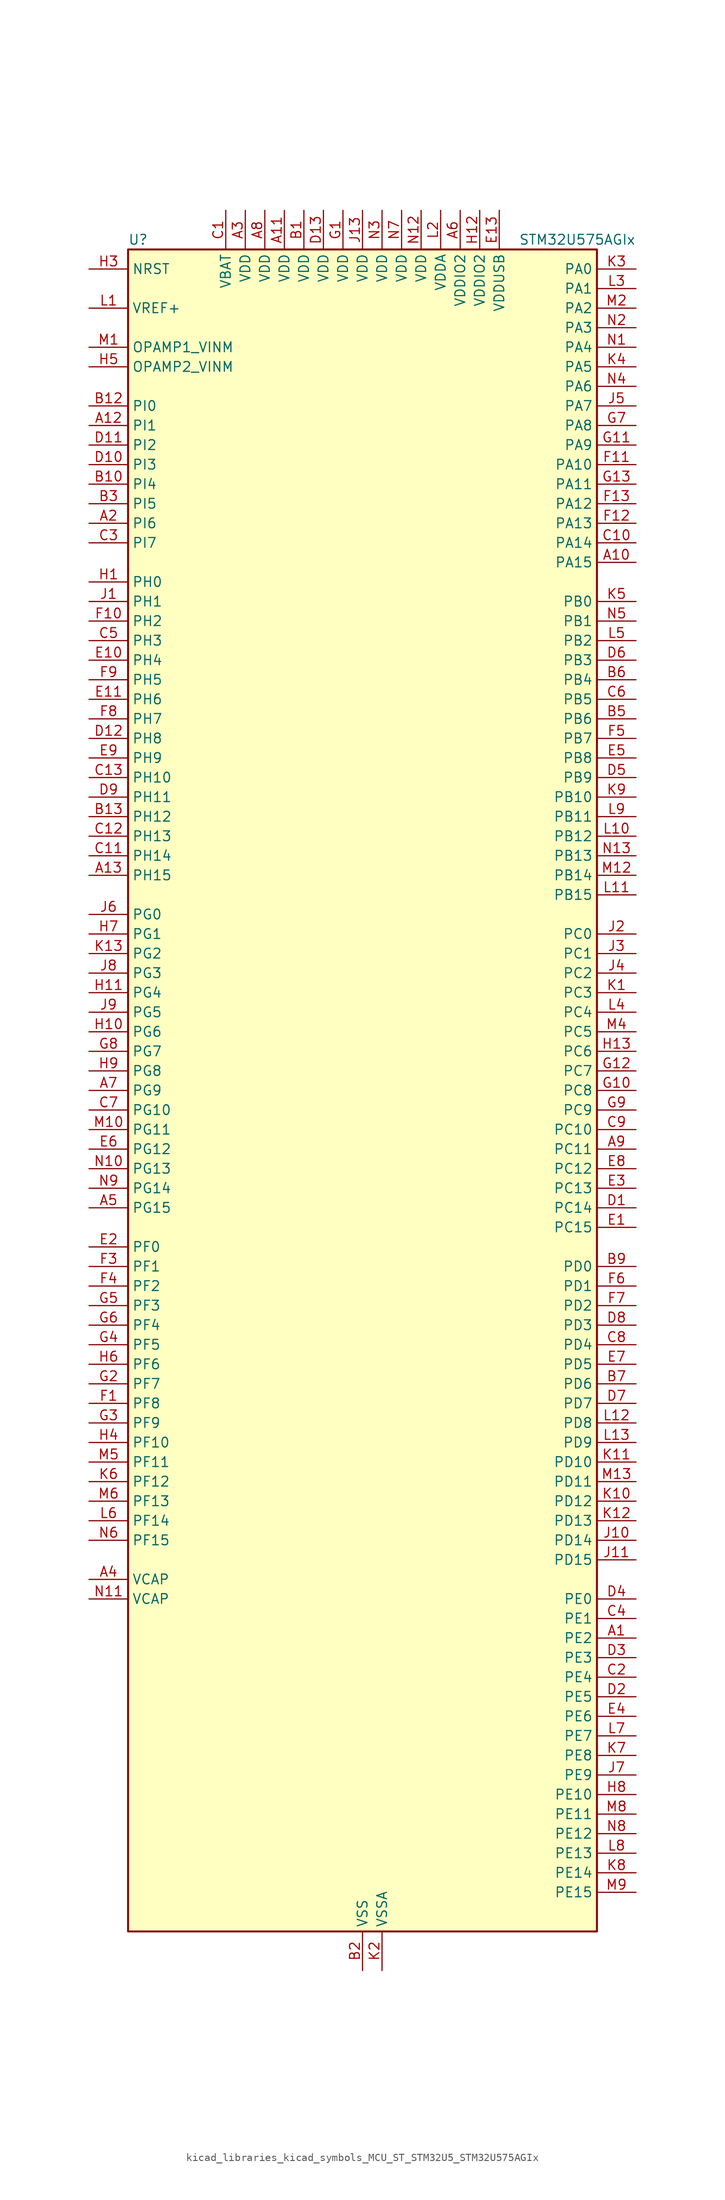
<source format=kicad_sym>
(kicad_symbol_lib
  (version 20220914)
  (generator kicad_symbol_editor)
  (symbol "kicad_libraries_kicad_symbols_MCU_ST_STM32U5_STM32U575AGIx"
    (property "Reference" "U"
      (at -30.48 110.49 0)
      (effects (font (size 1.27 1.27)) (justify left)))
    (property "Value" "STM32U575AGIx"
      (at 20.32 110.49 0)
      (effects (font (size 1.27 1.27)) (justify left)))
    (property "ki_locked" ""
      (at 0 0 0)
      (effects (font (size 1.27 1.27))))
    (symbol "kicad_libraries_kicad_symbols_MCU_ST_STM32U5_STM32U575AGIx_0_1"
      (rectangle (start -30.48 -109.22) (end 30.48 109.22) (stroke (width 0.254) (type default)) (fill (type background))))
    (symbol "kicad_libraries_kicad_symbols_MCU_ST_STM32U5_STM32U575AGIx_1_1"
      (pin bidirectional line (at 35.56 -71.12 180) (length 5.08) (name "PE2" (effects (font (size 1.27 1.27)))) (number "A1" (effects (font (size 1.27 1.27)))) (alternate "DEBUG_TRACECLK" bidirectional line) (alternate "FMC_A23" bidirectional line) (alternate "SAI1_CK1" bidirectional line) (alternate "SAI1_MCLK_A" bidirectional line) (alternate "TIM3_ETR" bidirectional line) (alternate "TSC_G7_IO1" bidirectional line))
      (pin bidirectional line (at 35.56 68.58 180) (length 5.08) (name "PA15" (effects (font (size 1.27 1.27)))) (number "A10" (effects (font (size 1.27 1.27)))) (alternate "ADC1_EXTI15" bidirectional line) (alternate "ADC4_EXTI15" bidirectional line) (alternate "DEBUG_JTDI" bidirectional line) (alternate "SAI2_FS_B" bidirectional line) (alternate "SPI1_NSS" bidirectional line) (alternate "SPI3_NSS" bidirectional line) (alternate "TIM2_CH1" bidirectional line) (alternate "TIM2_ETR" bidirectional line) (alternate "UART4_DE" bidirectional line) (alternate "UART4_RTS" bidirectional line) (alternate "UCPD1_CC1" bidirectional line) (alternate "USART2_RX" bidirectional line) (alternate "USART3_DE" bidirectional line) (alternate "USART3_RTS" bidirectional line))
      (pin power_in line (at -10.16 114.3 270) (length 5.08) (name "VDD" (effects (font (size 1.27 1.27)))) (number "A11" (effects (font (size 1.27 1.27)))))
      (pin bidirectional line (at -35.56 86.36 0) (length 5.08) (name "PI1" (effects (font (size 1.27 1.27)))) (number "A12" (effects (font (size 1.27 1.27)))) (alternate "DCMI_D8" bidirectional line) (alternate "OCTOSPIM_P2_IO2" bidirectional line) (alternate "PSSI_D8" bidirectional line) (alternate "SPI2_SCK" bidirectional line))
      (pin bidirectional line (at -35.56 27.94 0) (length 5.08) (name "PH15" (effects (font (size 1.27 1.27)))) (number "A13" (effects (font (size 1.27 1.27)))) (alternate "ADC1_EXTI15" bidirectional line) (alternate "ADC4_EXTI15" bidirectional line) (alternate "DCMI_D11" bidirectional line) (alternate "OCTOSPIM_P2_IO6" bidirectional line) (alternate "PSSI_D11" bidirectional line) (alternate "TIM8_CH3N" bidirectional line))
      (pin bidirectional line (at -35.56 73.66 0) (length 5.08) (name "PI6" (effects (font (size 1.27 1.27)))) (number "A2" (effects (font (size 1.27 1.27)))) (alternate "DCMI_D6" bidirectional line) (alternate "OCTOSPIM_P2_CLK" bidirectional line) (alternate "PSSI_D6" bidirectional line) (alternate "TIM8_CH2" bidirectional line))
      (pin power_in line (at -15.24 114.3 270) (length 5.08) (name "VDD" (effects (font (size 1.27 1.27)))) (number "A3" (effects (font (size 1.27 1.27)))))
      (pin power_out line (at -35.56 -63.5 0) (length 5.08) (name "VCAP" (effects (font (size 1.27 1.27)))) (number "A4" (effects (font (size 1.27 1.27)))))
      (pin bidirectional line (at -35.56 -15.24 0) (length 5.08) (name "PG15" (effects (font (size 1.27 1.27)))) (number "A5" (effects (font (size 1.27 1.27)))) (alternate "ADC1_EXTI15" bidirectional line) (alternate "ADC4_EXTI15" bidirectional line) (alternate "DCMI_D13" bidirectional line) (alternate "I2C1_SMBA" bidirectional line) (alternate "LPTIM1_CH1" bidirectional line) (alternate "OCTOSPIM_P2_DQS" bidirectional line) (alternate "PSSI_D13" bidirectional line))
      (pin power_in line (at 12.7 114.3 270) (length 5.08) (name "VDDIO2" (effects (font (size 1.27 1.27)))) (number "A6" (effects (font (size 1.27 1.27)))))
      (pin bidirectional line (at -35.56 0 0) (length 5.08) (name "PG9" (effects (font (size 1.27 1.27)))) (number "A7" (effects (font (size 1.27 1.27)))) (alternate "DAC1_EXTI9" bidirectional line) (alternate "FMC_NCE" bidirectional line) (alternate "FMC_NE2" bidirectional line) (alternate "OCTOSPIM_P2_IO6" bidirectional line) (alternate "SAI2_SCK_A" bidirectional line) (alternate "SPI3_SCK" bidirectional line) (alternate "TIM15_CH1N" bidirectional line) (alternate "USART1_TX" bidirectional line))
      (pin power_in line (at -12.7 114.3 270) (length 5.08) (name "VDD" (effects (font (size 1.27 1.27)))) (number "A8" (effects (font (size 1.27 1.27)))))
      (pin bidirectional line (at 35.56 -7.62 180) (length 5.08) (name "PC11" (effects (font (size 1.27 1.27)))) (number "A9" (effects (font (size 1.27 1.27)))) (alternate "ADC1_EXTI11" bidirectional line) (alternate "ADF1_SDI0" bidirectional line) (alternate "DCMI_D2" bidirectional line) (alternate "DCMI_D4" bidirectional line) (alternate "LPTIM3_IN1" bidirectional line) (alternate "OCTOSPIM_P1_NCS" bidirectional line) (alternate "PSSI_D2" bidirectional line) (alternate "PSSI_D4" bidirectional line) (alternate "SAI2_MCLK_B" bidirectional line) (alternate "SDMMC1_D3" bidirectional line) (alternate "SPI3_MISO" bidirectional line) (alternate "TSC_G3_IO3" bidirectional line) (alternate "UART4_RX" bidirectional line) (alternate "UCPD1_FRSTX2" bidirectional line) (alternate "USART3_RX" bidirectional line))
      (pin power_in line (at -7.62 114.3 270) (length 5.08) (name "VDD" (effects (font (size 1.27 1.27)))) (number "B1" (effects (font (size 1.27 1.27)))))
      (pin bidirectional line (at -35.56 78.74 0) (length 5.08) (name "PI4" (effects (font (size 1.27 1.27)))) (number "B10" (effects (font (size 1.27 1.27)))) (alternate "DCMI_D5" bidirectional line) (alternate "PSSI_D5" bidirectional line) (alternate "SPI2_RDY" bidirectional line) (alternate "TIM8_BKIN" bidirectional line))
      (pin passive line (at 0 -114.3 90) (length 5.08) hide (name "VSS" (effects (font (size 1.27 1.27)))) (number "B11" (effects (font (size 1.27 1.27)))))
      (pin bidirectional line (at -35.56 88.9 0) (length 5.08) (name "PI0" (effects (font (size 1.27 1.27)))) (number "B12" (effects (font (size 1.27 1.27)))) (alternate "DCMI_D13" bidirectional line) (alternate "OCTOSPIM_P1_IO5" bidirectional line) (alternate "PSSI_D13" bidirectional line) (alternate "SPI2_NSS" bidirectional line) (alternate "TIM5_CH4" bidirectional line))
      (pin bidirectional line (at -35.56 35.56 0) (length 5.08) (name "PH12" (effects (font (size 1.27 1.27)))) (number "B13" (effects (font (size 1.27 1.27)))) (alternate "DCMI_D3" bidirectional line) (alternate "OCTOSPIM_P2_IO7" bidirectional line) (alternate "PSSI_D3" bidirectional line) (alternate "TIM5_CH3" bidirectional line) (alternate "TIM8_CH4N" bidirectional line))
      (pin power_in line (at 0 -114.3 90) (length 5.08) (name "VSS" (effects (font (size 1.27 1.27)))) (number "B2" (effects (font (size 1.27 1.27)))))
      (pin bidirectional line (at -35.56 76.2 0) (length 5.08) (name "PI5" (effects (font (size 1.27 1.27)))) (number "B3" (effects (font (size 1.27 1.27)))) (alternate "DCMI_VSYNC" bidirectional line) (alternate "OCTOSPIM_P2_NCS" bidirectional line) (alternate "PSSI_RDY" bidirectional line) (alternate "TIM8_CH1" bidirectional line))
      (pin passive line (at 0 -114.3 90) (length 5.08) hide (name "VSS" (effects (font (size 1.27 1.27)))) (number "B4" (effects (font (size 1.27 1.27)))))
      (pin bidirectional line (at 35.56 48.26 180) (length 5.08) (name "PB6" (effects (font (size 1.27 1.27)))) (number "B5" (effects (font (size 1.27 1.27)))) (alternate "COMP2_INP" bidirectional line) (alternate "DCMI_D5" bidirectional line) (alternate "I2C1_SCL" bidirectional line) (alternate "I2C4_SCL" bidirectional line) (alternate "LPTIM1_ETR" bidirectional line) (alternate "MDF1_SDI5" bidirectional line) (alternate "PSSI_D5" bidirectional line) (alternate "PWR_WKUP3" bidirectional line) (alternate "SAI1_FS_B" bidirectional line) (alternate "TIM16_CH1N" bidirectional line) (alternate "TIM4_CH1" bidirectional line) (alternate "TIM8_BKIN2" bidirectional line) (alternate "TSC_G2_IO3" bidirectional line) (alternate "USART1_TX" bidirectional line))
      (pin bidirectional line (at 35.56 53.34 180) (length 5.08) (name "PB4" (effects (font (size 1.27 1.27)))) (number "B6" (effects (font (size 1.27 1.27)))) (alternate "ADF1_SDI0" bidirectional line) (alternate "COMP2_INP" bidirectional line) (alternate "DCMI_D12" bidirectional line) (alternate "DEBUG_JTRST" bidirectional line) (alternate "I2C3_SDA" bidirectional line) (alternate "LPTIM1_CH2" bidirectional line) (alternate "PSSI_D12" bidirectional line) (alternate "SAI1_MCLK_B" bidirectional line) (alternate "SDMMC2_D3" bidirectional line) (alternate "SPI1_MISO" bidirectional line) (alternate "SPI3_MISO" bidirectional line) (alternate "TIM17_BKIN" bidirectional line) (alternate "TIM3_CH1" bidirectional line) (alternate "TSC_G2_IO1" bidirectional line) (alternate "UART5_DE" bidirectional line) (alternate "UART5_RTS" bidirectional line) (alternate "USART1_CTS" bidirectional line))
      (pin bidirectional line (at 35.56 -38.1 180) (length 5.08) (name "PD6" (effects (font (size 1.27 1.27)))) (number "B7" (effects (font (size 1.27 1.27)))) (alternate "DCMI_D10" bidirectional line) (alternate "FMC_NWAIT" bidirectional line) (alternate "MDF1_SDI1" bidirectional line) (alternate "OCTOSPIM_P1_IO6" bidirectional line) (alternate "PSSI_D10" bidirectional line) (alternate "SAI1_D1" bidirectional line) (alternate "SAI1_SD_A" bidirectional line) (alternate "SDMMC2_CK" bidirectional line) (alternate "SPI3_MOSI" bidirectional line) (alternate "USART2_RX" bidirectional line))
      (pin passive line (at 0 -114.3 90) (length 5.08) hide (name "VSS" (effects (font (size 1.27 1.27)))) (number "B8" (effects (font (size 1.27 1.27)))))
      (pin bidirectional line (at 35.56 -22.86 180) (length 5.08) (name "PD0" (effects (font (size 1.27 1.27)))) (number "B9" (effects (font (size 1.27 1.27)))) (alternate "FDCAN1_RX" bidirectional line) (alternate "FMC_D2" bidirectional line) (alternate "FMC_DA2" bidirectional line) (alternate "SPI2_NSS" bidirectional line) (alternate "TIM8_CH4N" bidirectional line))
      (pin power_in line (at -17.78 114.3 270) (length 5.08) (name "VBAT" (effects (font (size 1.27 1.27)))) (number "C1" (effects (font (size 1.27 1.27)))))
      (pin bidirectional line (at 35.56 71.12 180) (length 5.08) (name "PA14" (effects (font (size 1.27 1.27)))) (number "C10" (effects (font (size 1.27 1.27)))) (alternate "DEBUG_JTCK-SWCLK" bidirectional line) (alternate "I2C1_SMBA" bidirectional line) (alternate "I2C4_SMBA" bidirectional line) (alternate "LPTIM1_CH1" bidirectional line) (alternate "SAI1_FS_B" bidirectional line) (alternate "USB_OTG_FS_SOF" bidirectional line))
      (pin bidirectional line (at -35.56 30.48 0) (length 5.08) (name "PH14" (effects (font (size 1.27 1.27)))) (number "C11" (effects (font (size 1.27 1.27)))) (alternate "DCMI_D4" bidirectional line) (alternate "FDCAN1_RX" bidirectional line) (alternate "PSSI_D4" bidirectional line) (alternate "TIM8_CH2N" bidirectional line))
      (pin bidirectional line (at -35.56 33.02 0) (length 5.08) (name "PH13" (effects (font (size 1.27 1.27)))) (number "C12" (effects (font (size 1.27 1.27)))) (alternate "FDCAN1_TX" bidirectional line) (alternate "TIM8_CH1N" bidirectional line))
      (pin bidirectional line (at -35.56 40.64 0) (length 5.08) (name "PH10" (effects (font (size 1.27 1.27)))) (number "C13" (effects (font (size 1.27 1.27)))) (alternate "DCMI_D1" bidirectional line) (alternate "OCTOSPIM_P2_IO5" bidirectional line) (alternate "PSSI_D1" bidirectional line) (alternate "TIM5_CH1" bidirectional line))
      (pin bidirectional line (at 35.56 -76.2 180) (length 5.08) (name "PE4" (effects (font (size 1.27 1.27)))) (number "C2" (effects (font (size 1.27 1.27)))) (alternate "DCMI_D4" bidirectional line) (alternate "DEBUG_TRACED1" bidirectional line) (alternate "FMC_A20" bidirectional line) (alternate "MDF1_SDI3" bidirectional line) (alternate "PSSI_D4" bidirectional line) (alternate "PWR_WKUP1" bidirectional line) (alternate "SAI1_D2" bidirectional line) (alternate "SAI1_FS_A" bidirectional line) (alternate "TAMP_IN7" bidirectional line) (alternate "TAMP_OUT8" bidirectional line) (alternate "TIM3_CH2" bidirectional line) (alternate "TSC_G7_IO3" bidirectional line))
      (pin bidirectional line (at -35.56 71.12 0) (length 5.08) (name "PI7" (effects (font (size 1.27 1.27)))) (number "C3" (effects (font (size 1.27 1.27)))) (alternate "DCMI_D7" bidirectional line) (alternate "OCTOSPIM_P2_NCLK" bidirectional line) (alternate "PSSI_D7" bidirectional line) (alternate "TIM8_CH3" bidirectional line))
      (pin bidirectional line (at 35.56 -68.58 180) (length 5.08) (name "PE1" (effects (font (size 1.27 1.27)))) (number "C4" (effects (font (size 1.27 1.27)))) (alternate "DCMI_D3" bidirectional line) (alternate "FMC_NBL1" bidirectional line) (alternate "PSSI_D3" bidirectional line) (alternate "TIM17_CH1" bidirectional line))
      (pin bidirectional line (at -35.56 58.42 0) (length 5.08) (name "PH3" (effects (font (size 1.27 1.27)))) (number "C5" (effects (font (size 1.27 1.27)))))
      (pin bidirectional line (at 35.56 50.8 180) (length 5.08) (name "PB5" (effects (font (size 1.27 1.27)))) (number "C6" (effects (font (size 1.27 1.27)))) (alternate "COMP2_OUT" bidirectional line) (alternate "DCMI_D10" bidirectional line) (alternate "I2C1_SMBA" bidirectional line) (alternate "LPTIM1_IN1" bidirectional line) (alternate "OCTOSPIM_P1_NCLK" bidirectional line) (alternate "PSSI_D10" bidirectional line) (alternate "PWR_WKUP6" bidirectional line) (alternate "SAI1_SD_B" bidirectional line) (alternate "SPI1_MOSI" bidirectional line) (alternate "SPI3_MOSI" bidirectional line) (alternate "TIM16_BKIN" bidirectional line) (alternate "TIM3_CH2" bidirectional line) (alternate "TSC_G2_IO2" bidirectional line) (alternate "UART5_CTS" bidirectional line) (alternate "UCPD1_DBCC1" bidirectional line) (alternate "USART1_CK" bidirectional line))
      (pin bidirectional line (at -35.56 -2.54 0) (length 5.08) (name "PG10" (effects (font (size 1.27 1.27)))) (number "C7" (effects (font (size 1.27 1.27)))) (alternate "FMC_NE3" bidirectional line) (alternate "LPTIM1_IN1" bidirectional line) (alternate "OCTOSPIM_P2_IO7" bidirectional line) (alternate "SAI2_FS_A" bidirectional line) (alternate "SPI3_MISO" bidirectional line) (alternate "TIM15_CH1" bidirectional line) (alternate "USART1_RX" bidirectional line))
      (pin bidirectional line (at 35.56 -33.02 180) (length 5.08) (name "PD4" (effects (font (size 1.27 1.27)))) (number "C8" (effects (font (size 1.27 1.27)))) (alternate "FMC_NOE" bidirectional line) (alternate "MDF1_CKI0" bidirectional line) (alternate "OCTOSPIM_P1_IO4" bidirectional line) (alternate "SPI2_MOSI" bidirectional line) (alternate "USART2_DE" bidirectional line) (alternate "USART2_RTS" bidirectional line))
      (pin bidirectional line (at 35.56 -5.08 180) (length 5.08) (name "PC10" (effects (font (size 1.27 1.27)))) (number "C9" (effects (font (size 1.27 1.27)))) (alternate "ADF1_CCK1" bidirectional line) (alternate "DCMI_D8" bidirectional line) (alternate "DEBUG_TRACED1" bidirectional line) (alternate "LPTIM3_ETR" bidirectional line) (alternate "PSSI_D8" bidirectional line) (alternate "SAI2_SCK_B" bidirectional line) (alternate "SDMMC1_D2" bidirectional line) (alternate "SPI3_SCK" bidirectional line) (alternate "TSC_G3_IO2" bidirectional line) (alternate "UART4_TX" bidirectional line) (alternate "USART3_TX" bidirectional line))
      (pin bidirectional line (at 35.56 -15.24 180) (length 5.08) (name "PC14" (effects (font (size 1.27 1.27)))) (number "D1" (effects (font (size 1.27 1.27)))) (alternate "RCC_OSC32_IN" bidirectional line))
      (pin bidirectional line (at -35.56 81.28 0) (length 5.08) (name "PI3" (effects (font (size 1.27 1.27)))) (number "D10" (effects (font (size 1.27 1.27)))) (alternate "DCMI_D10" bidirectional line) (alternate "OCTOSPIM_P2_IO0" bidirectional line) (alternate "PSSI_D10" bidirectional line) (alternate "SPI2_MOSI" bidirectional line) (alternate "TIM8_ETR" bidirectional line))
      (pin bidirectional line (at -35.56 83.82 0) (length 5.08) (name "PI2" (effects (font (size 1.27 1.27)))) (number "D11" (effects (font (size 1.27 1.27)))) (alternate "DCMI_D9" bidirectional line) (alternate "OCTOSPIM_P2_IO1" bidirectional line) (alternate "PSSI_D9" bidirectional line) (alternate "SPI2_MISO" bidirectional line) (alternate "TIM8_CH4" bidirectional line))
      (pin bidirectional line (at -35.56 45.72 0) (length 5.08) (name "PH8" (effects (font (size 1.27 1.27)))) (number "D12" (effects (font (size 1.27 1.27)))) (alternate "DCMI_HSYNC" bidirectional line) (alternate "I2C3_SDA" bidirectional line) (alternate "OCTOSPIM_P2_IO3" bidirectional line) (alternate "PSSI_DE" bidirectional line))
      (pin power_in line (at -5.08 114.3 270) (length 5.08) (name "VDD" (effects (font (size 1.27 1.27)))) (number "D13" (effects (font (size 1.27 1.27)))))
      (pin bidirectional line (at 35.56 -78.74 180) (length 5.08) (name "PE5" (effects (font (size 1.27 1.27)))) (number "D2" (effects (font (size 1.27 1.27)))) (alternate "DCMI_D6" bidirectional line) (alternate "DEBUG_TRACED2" bidirectional line) (alternate "FMC_A21" bidirectional line) (alternate "MDF1_CKI3" bidirectional line) (alternate "PSSI_D6" bidirectional line) (alternate "PWR_WKUP2" bidirectional line) (alternate "SAI1_CK2" bidirectional line) (alternate "SAI1_SCK_A" bidirectional line) (alternate "TAMP_IN8" bidirectional line) (alternate "TAMP_OUT7" bidirectional line) (alternate "TIM3_CH3" bidirectional line) (alternate "TSC_G7_IO4" bidirectional line))
      (pin bidirectional line (at 35.56 -73.66 180) (length 5.08) (name "PE3" (effects (font (size 1.27 1.27)))) (number "D3" (effects (font (size 1.27 1.27)))) (alternate "DEBUG_TRACED0" bidirectional line) (alternate "FMC_A19" bidirectional line) (alternate "OCTOSPIM_P1_DQS" bidirectional line) (alternate "SAI1_SD_B" bidirectional line) (alternate "TAMP_IN6" bidirectional line) (alternate "TAMP_OUT3" bidirectional line) (alternate "TIM3_CH1" bidirectional line) (alternate "TSC_G7_IO2" bidirectional line))
      (pin bidirectional line (at 35.56 -66.04 180) (length 5.08) (name "PE0" (effects (font (size 1.27 1.27)))) (number "D4" (effects (font (size 1.27 1.27)))) (alternate "DCMI_D2" bidirectional line) (alternate "FMC_NBL0" bidirectional line) (alternate "PSSI_D2" bidirectional line) (alternate "TIM16_CH1" bidirectional line) (alternate "TIM4_ETR" bidirectional line))
      (pin bidirectional line (at 35.56 40.64 180) (length 5.08) (name "PB9" (effects (font (size 1.27 1.27)))) (number "D5" (effects (font (size 1.27 1.27)))) (alternate "DAC1_EXTI9" bidirectional line) (alternate "DCMI_D7" bidirectional line) (alternate "FDCAN1_TX" bidirectional line) (alternate "I2C1_SDA" bidirectional line) (alternate "IR_OUT" bidirectional line) (alternate "PSSI_D7" bidirectional line) (alternate "SAI1_D2" bidirectional line) (alternate "SAI1_FS_A" bidirectional line) (alternate "SDMMC1_CDIR" bidirectional line) (alternate "SDMMC1_D5" bidirectional line) (alternate "SDMMC2_D5" bidirectional line) (alternate "SPI2_NSS" bidirectional line) (alternate "TIM17_CH1" bidirectional line) (alternate "TIM4_CH4" bidirectional line))
      (pin bidirectional line (at 35.56 55.88 180) (length 5.08) (name "PB3" (effects (font (size 1.27 1.27)))) (number "D6" (effects (font (size 1.27 1.27)))) (alternate "ADF1_CCK0" bidirectional line) (alternate "COMP2_INM" bidirectional line) (alternate "CRS_SYNC" bidirectional line) (alternate "DEBUG_JTDO-SWO" bidirectional line) (alternate "I2C1_SDA" bidirectional line) (alternate "LPTIM1_CH1" bidirectional line) (alternate "SAI1_SCK_B" bidirectional line) (alternate "SDMMC2_D2" bidirectional line) (alternate "SPI1_SCK" bidirectional line) (alternate "SPI3_SCK" bidirectional line) (alternate "TIM2_CH2" bidirectional line) (alternate "USART1_DE" bidirectional line) (alternate "USART1_RTS" bidirectional line))
      (pin bidirectional line (at 35.56 -40.64 180) (length 5.08) (name "PD7" (effects (font (size 1.27 1.27)))) (number "D7" (effects (font (size 1.27 1.27)))) (alternate "FMC_NCE" bidirectional line) (alternate "FMC_NE1" bidirectional line) (alternate "LPTIM4_OUT" bidirectional line) (alternate "MDF1_CKI1" bidirectional line) (alternate "OCTOSPIM_P1_IO7" bidirectional line) (alternate "SDMMC2_CMD" bidirectional line) (alternate "USART2_CK" bidirectional line))
      (pin bidirectional line (at 35.56 -30.48 180) (length 5.08) (name "PD3" (effects (font (size 1.27 1.27)))) (number "D8" (effects (font (size 1.27 1.27)))) (alternate "DCMI_D5" bidirectional line) (alternate "FMC_CLK" bidirectional line) (alternate "MDF1_SDI0" bidirectional line) (alternate "OCTOSPIM_P2_NCS" bidirectional line) (alternate "PSSI_D5" bidirectional line) (alternate "SPI2_MISO" bidirectional line) (alternate "SPI2_SCK" bidirectional line) (alternate "USART2_CTS" bidirectional line))
      (pin bidirectional line (at -35.56 38.1 0) (length 5.08) (name "PH11" (effects (font (size 1.27 1.27)))) (number "D9" (effects (font (size 1.27 1.27)))) (alternate "ADC1_EXTI11" bidirectional line) (alternate "DCMI_D2" bidirectional line) (alternate "OCTOSPIM_P2_IO6" bidirectional line) (alternate "PSSI_D2" bidirectional line) (alternate "TIM5_CH2" bidirectional line))
      (pin bidirectional line (at 35.56 -17.78 180) (length 5.08) (name "PC15" (effects (font (size 1.27 1.27)))) (number "E1" (effects (font (size 1.27 1.27)))) (alternate "ADC1_EXTI15" bidirectional line) (alternate "ADC4_EXTI15" bidirectional line) (alternate "RCC_OSC32_OUT" bidirectional line))
      (pin bidirectional line (at -35.56 55.88 0) (length 5.08) (name "PH4" (effects (font (size 1.27 1.27)))) (number "E10" (effects (font (size 1.27 1.27)))) (alternate "I2C2_SCL" bidirectional line) (alternate "OCTOSPIM_P2_DQS" bidirectional line) (alternate "PSSI_D14" bidirectional line))
      (pin bidirectional line (at -35.56 50.8 0) (length 5.08) (name "PH6" (effects (font (size 1.27 1.27)))) (number "E11" (effects (font (size 1.27 1.27)))) (alternate "DCMI_D8" bidirectional line) (alternate "I2C2_SMBA" bidirectional line) (alternate "OCTOSPIM_P2_CLK" bidirectional line) (alternate "PSSI_D8" bidirectional line))
      (pin passive line (at 0 -114.3 90) (length 5.08) hide (name "VSS" (effects (font (size 1.27 1.27)))) (number "E12" (effects (font (size 1.27 1.27)))))
      (pin power_in line (at 17.78 114.3 270) (length 5.08) (name "VDDUSB" (effects (font (size 1.27 1.27)))) (number "E13" (effects (font (size 1.27 1.27)))))
      (pin bidirectional line (at -35.56 -20.32 0) (length 5.08) (name "PF0" (effects (font (size 1.27 1.27)))) (number "E2" (effects (font (size 1.27 1.27)))) (alternate "FMC_A0" bidirectional line) (alternate "I2C2_SDA" bidirectional line) (alternate "OCTOSPIM_P2_IO0" bidirectional line))
      (pin bidirectional line (at 35.56 -12.7 180) (length 5.08) (name "PC13" (effects (font (size 1.27 1.27)))) (number "E3" (effects (font (size 1.27 1.27)))) (alternate "PWR_WKUP2" bidirectional line) (alternate "RTC_OUT1" bidirectional line) (alternate "RTC_TS" bidirectional line) (alternate "TAMP_IN1" bidirectional line) (alternate "TAMP_OUT2" bidirectional line))
      (pin bidirectional line (at 35.56 -81.28 180) (length 5.08) (name "PE6" (effects (font (size 1.27 1.27)))) (number "E4" (effects (font (size 1.27 1.27)))) (alternate "DCMI_D7" bidirectional line) (alternate "DEBUG_TRACED3" bidirectional line) (alternate "FMC_A22" bidirectional line) (alternate "PSSI_D7" bidirectional line) (alternate "PWR_WKUP3" bidirectional line) (alternate "SAI1_D1" bidirectional line) (alternate "SAI1_SD_A" bidirectional line) (alternate "TAMP_IN3" bidirectional line) (alternate "TAMP_OUT6" bidirectional line) (alternate "TIM3_CH4" bidirectional line))
      (pin bidirectional line (at 35.56 43.18 180) (length 5.08) (name "PB8" (effects (font (size 1.27 1.27)))) (number "E5" (effects (font (size 1.27 1.27)))) (alternate "DCMI_D6" bidirectional line) (alternate "FDCAN1_RX" bidirectional line) (alternate "I2C1_SCL" bidirectional line) (alternate "MDF1_CCK0" bidirectional line) (alternate "PSSI_D6" bidirectional line) (alternate "PWR_WKUP5" bidirectional line) (alternate "SAI1_CK1" bidirectional line) (alternate "SAI1_MCLK_A" bidirectional line) (alternate "SDMMC1_CKIN" bidirectional line) (alternate "SDMMC1_D4" bidirectional line) (alternate "SDMMC2_D4" bidirectional line) (alternate "SPI3_RDY" bidirectional line) (alternate "TIM16_CH1" bidirectional line) (alternate "TIM4_CH3" bidirectional line))
      (pin bidirectional line (at -35.56 -7.62 0) (length 5.08) (name "PG12" (effects (font (size 1.27 1.27)))) (number "E6" (effects (font (size 1.27 1.27)))) (alternate "FMC_NE4" bidirectional line) (alternate "LPTIM1_ETR" bidirectional line) (alternate "OCTOSPIM_P2_NCS" bidirectional line) (alternate "SAI2_SD_A" bidirectional line) (alternate "SPI3_NSS" bidirectional line) (alternate "USART1_DE" bidirectional line) (alternate "USART1_RTS" bidirectional line))
      (pin bidirectional line (at 35.56 -35.56 180) (length 5.08) (name "PD5" (effects (font (size 1.27 1.27)))) (number "E7" (effects (font (size 1.27 1.27)))) (alternate "FMC_NWE" bidirectional line) (alternate "OCTOSPIM_P1_IO5" bidirectional line) (alternate "SPI2_RDY" bidirectional line) (alternate "USART2_TX" bidirectional line))
      (pin bidirectional line (at 35.56 -10.16 180) (length 5.08) (name "PC12" (effects (font (size 1.27 1.27)))) (number "E8" (effects (font (size 1.27 1.27)))) (alternate "DCMI_D9" bidirectional line) (alternate "DEBUG_TRACED3" bidirectional line) (alternate "PSSI_D9" bidirectional line) (alternate "SAI2_SD_B" bidirectional line) (alternate "SDMMC1_CK" bidirectional line) (alternate "SPI3_MOSI" bidirectional line) (alternate "TSC_G3_IO4" bidirectional line) (alternate "UART5_TX" bidirectional line) (alternate "USART3_CK" bidirectional line))
      (pin bidirectional line (at -35.56 43.18 0) (length 5.08) (name "PH9" (effects (font (size 1.27 1.27)))) (number "E9" (effects (font (size 1.27 1.27)))) (alternate "DAC1_EXTI9" bidirectional line) (alternate "DCMI_D0" bidirectional line) (alternate "I2C3_SMBA" bidirectional line) (alternate "OCTOSPIM_P2_IO4" bidirectional line) (alternate "PSSI_D0" bidirectional line))
      (pin bidirectional line (at -35.56 -40.64 0) (length 5.08) (name "PF8" (effects (font (size 1.27 1.27)))) (number "F1" (effects (font (size 1.27 1.27)))) (alternate "FDCAN1_TX" bidirectional line) (alternate "OCTOSPIM_P1_IO0" bidirectional line) (alternate "PSSI_D14" bidirectional line) (alternate "SAI1_SCK_B" bidirectional line) (alternate "TIM5_CH3" bidirectional line))
      (pin bidirectional line (at -35.56 60.96 0) (length 5.08) (name "PH2" (effects (font (size 1.27 1.27)))) (number "F10" (effects (font (size 1.27 1.27)))) (alternate "OCTOSPIM_P1_IO4" bidirectional line))
      (pin bidirectional line (at 35.56 81.28 180) (length 5.08) (name "PA10" (effects (font (size 1.27 1.27)))) (number "F11" (effects (font (size 1.27 1.27)))) (alternate "CRS_SYNC" bidirectional line) (alternate "DCMI_D1" bidirectional line) (alternate "LPTIM2_IN2" bidirectional line) (alternate "PSSI_D1" bidirectional line) (alternate "SAI1_D1" bidirectional line) (alternate "SAI1_SD_A" bidirectional line) (alternate "TIM17_BKIN" bidirectional line) (alternate "TIM1_CH3" bidirectional line) (alternate "USART1_RX" bidirectional line) (alternate "USB_OTG_FS_ID" bidirectional line))
      (pin bidirectional line (at 35.56 73.66 180) (length 5.08) (name "PA13" (effects (font (size 1.27 1.27)))) (number "F12" (effects (font (size 1.27 1.27)))) (alternate "DEBUG_JTMS-SWDIO" bidirectional line) (alternate "IR_OUT" bidirectional line) (alternate "SAI1_SD_B" bidirectional line) (alternate "USB_OTG_FS_NOE" bidirectional line))
      (pin bidirectional line (at 35.56 76.2 180) (length 5.08) (name "PA12" (effects (font (size 1.27 1.27)))) (number "F13" (effects (font (size 1.27 1.27)))) (alternate "FDCAN1_TX" bidirectional line) (alternate "OCTOSPIM_P2_NCS" bidirectional line) (alternate "SPI1_MOSI" bidirectional line) (alternate "TIM1_ETR" bidirectional line) (alternate "USART1_DE" bidirectional line) (alternate "USART1_RTS" bidirectional line) (alternate "USB_OTG_FS_DP" bidirectional line))
      (pin passive line (at 0 -114.3 90) (length 5.08) hide (name "VSS" (effects (font (size 1.27 1.27)))) (number "F2" (effects (font (size 1.27 1.27)))))
      (pin bidirectional line (at -35.56 -22.86 0) (length 5.08) (name "PF1" (effects (font (size 1.27 1.27)))) (number "F3" (effects (font (size 1.27 1.27)))) (alternate "FMC_A1" bidirectional line) (alternate "I2C2_SCL" bidirectional line) (alternate "OCTOSPIM_P2_IO1" bidirectional line))
      (pin bidirectional line (at -35.56 -25.4 0) (length 5.08) (name "PF2" (effects (font (size 1.27 1.27)))) (number "F4" (effects (font (size 1.27 1.27)))) (alternate "FMC_A2" bidirectional line) (alternate "I2C2_SMBA" bidirectional line) (alternate "LPTIM3_CH2" bidirectional line) (alternate "OCTOSPIM_P2_IO2" bidirectional line) (alternate "PWR_WKUP8" bidirectional line))
      (pin bidirectional line (at 35.56 45.72 180) (length 5.08) (name "PB7" (effects (font (size 1.27 1.27)))) (number "F5" (effects (font (size 1.27 1.27)))) (alternate "COMP2_INM" bidirectional line) (alternate "DCMI_VSYNC" bidirectional line) (alternate "FMC_NL" bidirectional line) (alternate "I2C1_SDA" bidirectional line) (alternate "I2C4_SDA" bidirectional line) (alternate "LPTIM1_IN2" bidirectional line) (alternate "MDF1_CKI5" bidirectional line) (alternate "PSSI_RDY" bidirectional line) (alternate "PWR_PVD_IN" bidirectional line) (alternate "PWR_WKUP4" bidirectional line) (alternate "TIM17_CH1N" bidirectional line) (alternate "TIM4_CH2" bidirectional line) (alternate "TIM8_BKIN" bidirectional line) (alternate "TSC_G2_IO4" bidirectional line) (alternate "UART4_CTS" bidirectional line) (alternate "USART1_RX" bidirectional line))
      (pin bidirectional line (at 35.56 -25.4 180) (length 5.08) (name "PD1" (effects (font (size 1.27 1.27)))) (number "F6" (effects (font (size 1.27 1.27)))) (alternate "FDCAN1_TX" bidirectional line) (alternate "FMC_D3" bidirectional line) (alternate "FMC_DA3" bidirectional line) (alternate "SPI2_SCK" bidirectional line))
      (pin bidirectional line (at 35.56 -27.94 180) (length 5.08) (name "PD2" (effects (font (size 1.27 1.27)))) (number "F7" (effects (font (size 1.27 1.27)))) (alternate "DCMI_D11" bidirectional line) (alternate "DEBUG_TRACED2" bidirectional line) (alternate "LPTIM4_ETR" bidirectional line) (alternate "PSSI_D11" bidirectional line) (alternate "SDMMC1_CMD" bidirectional line) (alternate "TIM3_ETR" bidirectional line) (alternate "TSC_SYNC" bidirectional line) (alternate "UART5_RX" bidirectional line) (alternate "USART3_DE" bidirectional line) (alternate "USART3_RTS" bidirectional line))
      (pin bidirectional line (at -35.56 48.26 0) (length 5.08) (name "PH7" (effects (font (size 1.27 1.27)))) (number "F8" (effects (font (size 1.27 1.27)))) (alternate "DCMI_D9" bidirectional line) (alternate "I2C3_SCL" bidirectional line) (alternate "OCTOSPIM_P2_NCLK" bidirectional line) (alternate "PSSI_D9" bidirectional line))
      (pin bidirectional line (at -35.56 53.34 0) (length 5.08) (name "PH5" (effects (font (size 1.27 1.27)))) (number "F9" (effects (font (size 1.27 1.27)))) (alternate "DCMI_PIXCLK" bidirectional line) (alternate "I2C2_SDA" bidirectional line) (alternate "PSSI_PDCK" bidirectional line))
      (pin power_in line (at -2.54 114.3 270) (length 5.08) (name "VDD" (effects (font (size 1.27 1.27)))) (number "G1" (effects (font (size 1.27 1.27)))))
      (pin bidirectional line (at 35.56 0 180) (length 5.08) (name "PC8" (effects (font (size 1.27 1.27)))) (number "G10" (effects (font (size 1.27 1.27)))) (alternate "DCMI_D2" bidirectional line) (alternate "LPTIM3_CH1" bidirectional line) (alternate "PSSI_D2" bidirectional line) (alternate "PWR_SRDSTOP" bidirectional line) (alternate "SDMMC1_D0" bidirectional line) (alternate "TIM3_CH3" bidirectional line) (alternate "TIM8_CH3" bidirectional line) (alternate "TSC_G4_IO3" bidirectional line))
      (pin bidirectional line (at 35.56 83.82 180) (length 5.08) (name "PA9" (effects (font (size 1.27 1.27)))) (number "G11" (effects (font (size 1.27 1.27)))) (alternate "DAC1_EXTI9" bidirectional line) (alternate "DCMI_D0" bidirectional line) (alternate "PSSI_D0" bidirectional line) (alternate "SAI1_FS_A" bidirectional line) (alternate "SPI2_SCK" bidirectional line) (alternate "TIM15_BKIN" bidirectional line) (alternate "TIM1_CH2" bidirectional line) (alternate "USART1_TX" bidirectional line) (alternate "USB_OTG_FS_VBUS" bidirectional line))
      (pin bidirectional line (at 35.56 2.54 180) (length 5.08) (name "PC7" (effects (font (size 1.27 1.27)))) (number "G12" (effects (font (size 1.27 1.27)))) (alternate "DCMI_D1" bidirectional line) (alternate "LPTIM2_CH2" bidirectional line) (alternate "MDF1_SDI3" bidirectional line) (alternate "PSSI_D1" bidirectional line) (alternate "PWR_CDSTOP" bidirectional line) (alternate "SAI2_MCLK_B" bidirectional line) (alternate "SDMMC1_D123DIR" bidirectional line) (alternate "SDMMC1_D7" bidirectional line) (alternate "SDMMC2_D7" bidirectional line) (alternate "TIM3_CH2" bidirectional line) (alternate "TIM8_CH2" bidirectional line) (alternate "TSC_G4_IO2" bidirectional line))
      (pin bidirectional line (at 35.56 78.74 180) (length 5.08) (name "PA11" (effects (font (size 1.27 1.27)))) (number "G13" (effects (font (size 1.27 1.27)))) (alternate "ADC1_EXTI11" bidirectional line) (alternate "FDCAN1_RX" bidirectional line) (alternate "SPI1_MISO" bidirectional line) (alternate "TIM1_BKIN2" bidirectional line) (alternate "TIM1_CH4" bidirectional line) (alternate "USART1_CTS" bidirectional line) (alternate "USB_OTG_FS_DM" bidirectional line))
      (pin bidirectional line (at -35.56 -38.1 0) (length 5.08) (name "PF7" (effects (font (size 1.27 1.27)))) (number "G2" (effects (font (size 1.27 1.27)))) (alternate "FDCAN1_RX" bidirectional line) (alternate "OCTOSPIM_P1_IO2" bidirectional line) (alternate "SAI1_MCLK_B" bidirectional line) (alternate "TIM5_CH2" bidirectional line))
      (pin bidirectional line (at -35.56 -43.18 0) (length 5.08) (name "PF9" (effects (font (size 1.27 1.27)))) (number "G3" (effects (font (size 1.27 1.27)))) (alternate "DAC1_EXTI9" bidirectional line) (alternate "OCTOSPIM_P1_IO1" bidirectional line) (alternate "PSSI_D15" bidirectional line) (alternate "SAI1_FS_B" bidirectional line) (alternate "TIM15_CH1" bidirectional line) (alternate "TIM5_CH4" bidirectional line))
      (pin bidirectional line (at -35.56 -33.02 0) (length 5.08) (name "PF5" (effects (font (size 1.27 1.27)))) (number "G4" (effects (font (size 1.27 1.27)))) (alternate "FMC_A5" bidirectional line) (alternate "LPTIM3_CH1" bidirectional line) (alternate "OCTOSPIM_P2_NCLK" bidirectional line))
      (pin bidirectional line (at -35.56 -27.94 0) (length 5.08) (name "PF3" (effects (font (size 1.27 1.27)))) (number "G5" (effects (font (size 1.27 1.27)))) (alternate "FMC_A3" bidirectional line) (alternate "LPTIM3_IN1" bidirectional line) (alternate "OCTOSPIM_P2_IO3" bidirectional line))
      (pin bidirectional line (at -35.56 -30.48 0) (length 5.08) (name "PF4" (effects (font (size 1.27 1.27)))) (number "G6" (effects (font (size 1.27 1.27)))) (alternate "FMC_A4" bidirectional line) (alternate "LPTIM3_ETR" bidirectional line) (alternate "OCTOSPIM_P2_CLK" bidirectional line))
      (pin bidirectional line (at 35.56 86.36 180) (length 5.08) (name "PA8" (effects (font (size 1.27 1.27)))) (number "G7" (effects (font (size 1.27 1.27)))) (alternate "DEBUG_TRACECLK" bidirectional line) (alternate "LPTIM2_CH1" bidirectional line) (alternate "RCC_MCO" bidirectional line) (alternate "SAI1_CK2" bidirectional line) (alternate "SAI1_SCK_A" bidirectional line) (alternate "SPI1_RDY" bidirectional line) (alternate "TIM1_CH1" bidirectional line) (alternate "USART1_CK" bidirectional line) (alternate "USB_OTG_FS_SOF" bidirectional line))
      (pin bidirectional line (at -35.56 5.08 0) (length 5.08) (name "PG7" (effects (font (size 1.27 1.27)))) (number "G8" (effects (font (size 1.27 1.27)))) (alternate "FMC_INT" bidirectional line) (alternate "I2C3_SCL" bidirectional line) (alternate "LPUART1_TX" bidirectional line) (alternate "MDF1_CCK0" bidirectional line) (alternate "OCTOSPIM_P2_DQS" bidirectional line) (alternate "SAI1_CK1" bidirectional line) (alternate "SAI1_MCLK_A" bidirectional line) (alternate "UCPD1_FRSTX2" bidirectional line))
      (pin bidirectional line (at 35.56 -2.54 180) (length 5.08) (name "PC9" (effects (font (size 1.27 1.27)))) (number "G9" (effects (font (size 1.27 1.27)))) (alternate "DAC1_EXTI9" bidirectional line) (alternate "DCMI_D3" bidirectional line) (alternate "DEBUG_TRACED0" bidirectional line) (alternate "LPTIM3_CH2" bidirectional line) (alternate "PSSI_D3" bidirectional line) (alternate "SDMMC1_D1" bidirectional line) (alternate "TIM3_CH4" bidirectional line) (alternate "TIM8_BKIN2" bidirectional line) (alternate "TIM8_CH4" bidirectional line) (alternate "TSC_G4_IO4" bidirectional line) (alternate "USB_OTG_FS_NOE" bidirectional line))
      (pin bidirectional line (at -35.56 66.04 0) (length 5.08) (name "PH0" (effects (font (size 1.27 1.27)))) (number "H1" (effects (font (size 1.27 1.27)))) (alternate "RCC_OSC_IN" bidirectional line))
      (pin bidirectional line (at -35.56 7.62 0) (length 5.08) (name "PG6" (effects (font (size 1.27 1.27)))) (number "H10" (effects (font (size 1.27 1.27)))) (alternate "I2C3_SMBA" bidirectional line) (alternate "LPUART1_DE" bidirectional line) (alternate "LPUART1_RTS" bidirectional line) (alternate "OCTOSPIM_P1_DQS" bidirectional line) (alternate "SPI1_RDY" bidirectional line) (alternate "UCPD1_FRSTX1" bidirectional line))
      (pin bidirectional line (at -35.56 12.7 0) (length 5.08) (name "PG4" (effects (font (size 1.27 1.27)))) (number "H11" (effects (font (size 1.27 1.27)))) (alternate "FMC_A14" bidirectional line) (alternate "SAI2_MCLK_B" bidirectional line) (alternate "SPI1_MOSI" bidirectional line))
      (pin power_in line (at 15.24 114.3 270) (length 5.08) (name "VDDIO2" (effects (font (size 1.27 1.27)))) (number "H12" (effects (font (size 1.27 1.27)))))
      (pin bidirectional line (at 35.56 5.08 180) (length 5.08) (name "PC6" (effects (font (size 1.27 1.27)))) (number "H13" (effects (font (size 1.27 1.27)))) (alternate "DCMI_D0" bidirectional line) (alternate "MDF1_CKI3" bidirectional line) (alternate "PSSI_D0" bidirectional line) (alternate "PWR_CSLEEP" bidirectional line) (alternate "SAI2_MCLK_A" bidirectional line) (alternate "SDMMC1_D0DIR" bidirectional line) (alternate "SDMMC1_D6" bidirectional line) (alternate "SDMMC2_D6" bidirectional line) (alternate "TIM3_CH1" bidirectional line) (alternate "TIM8_CH1" bidirectional line) (alternate "TSC_G4_IO1" bidirectional line))
      (pin passive line (at 0 -114.3 90) (length 5.08) hide (name "VSS" (effects (font (size 1.27 1.27)))) (number "H2" (effects (font (size 1.27 1.27)))))
      (pin input line (at -35.56 106.68 0) (length 5.08) (name "NRST" (effects (font (size 1.27 1.27)))) (number "H3" (effects (font (size 1.27 1.27)))))
      (pin bidirectional line (at -35.56 -45.72 0) (length 5.08) (name "PF10" (effects (font (size 1.27 1.27)))) (number "H4" (effects (font (size 1.27 1.27)))) (alternate "DCMI_D11" bidirectional line) (alternate "MDF1_CCK1" bidirectional line) (alternate "OCTOSPIM_P1_CLK" bidirectional line) (alternate "PSSI_D11" bidirectional line) (alternate "PSSI_D15" bidirectional line) (alternate "SAI1_D3" bidirectional line) (alternate "TIM15_CH2" bidirectional line))
      (pin bidirectional line (at -35.56 93.98 0) (length 5.08) (name "OPAMP2_VINM" (effects (font (size 1.27 1.27)))) (number "H5" (effects (font (size 1.27 1.27)))) (alternate "OPAMP2_VINM" bidirectional line))
      (pin bidirectional line (at -35.56 -35.56 0) (length 5.08) (name "PF6" (effects (font (size 1.27 1.27)))) (number "H6" (effects (font (size 1.27 1.27)))) (alternate "DCMI_D12" bidirectional line) (alternate "OCTOSPIM_P1_IO3" bidirectional line) (alternate "OCTOSPIM_P2_NCS" bidirectional line) (alternate "PSSI_D12" bidirectional line) (alternate "SAI1_SD_B" bidirectional line) (alternate "TIM5_CH1" bidirectional line) (alternate "TIM5_ETR" bidirectional line))
      (pin bidirectional line (at -35.56 20.32 0) (length 5.08) (name "PG1" (effects (font (size 1.27 1.27)))) (number "H7" (effects (font (size 1.27 1.27)))) (alternate "ADC4_IN8" bidirectional line) (alternate "FMC_A11" bidirectional line) (alternate "OCTOSPIM_P2_IO5" bidirectional line) (alternate "TSC_G8_IO4" bidirectional line))
      (pin bidirectional line (at 35.56 -91.44 180) (length 5.08) (name "PE10" (effects (font (size 1.27 1.27)))) (number "H8" (effects (font (size 1.27 1.27)))) (alternate "ADF1_SDI0" bidirectional line) (alternate "FMC_D7" bidirectional line) (alternate "FMC_DA7" bidirectional line) (alternate "MDF1_SDI4" bidirectional line) (alternate "OCTOSPIM_P1_CLK" bidirectional line) (alternate "SAI1_MCLK_B" bidirectional line) (alternate "TIM1_CH2N" bidirectional line) (alternate "TSC_G5_IO1" bidirectional line))
      (pin bidirectional line (at -35.56 2.54 0) (length 5.08) (name "PG8" (effects (font (size 1.27 1.27)))) (number "H9" (effects (font (size 1.27 1.27)))) (alternate "I2C3_SDA" bidirectional line) (alternate "LPUART1_RX" bidirectional line))
      (pin bidirectional line (at -35.56 63.5 0) (length 5.08) (name "PH1" (effects (font (size 1.27 1.27)))) (number "J1" (effects (font (size 1.27 1.27)))) (alternate "RCC_OSC_OUT" bidirectional line))
      (pin bidirectional line (at 35.56 -58.42 180) (length 5.08) (name "PD14" (effects (font (size 1.27 1.27)))) (number "J10" (effects (font (size 1.27 1.27)))) (alternate "FMC_D0" bidirectional line) (alternate "FMC_DA0" bidirectional line) (alternate "LPTIM3_CH1" bidirectional line) (alternate "TIM4_CH3" bidirectional line))
      (pin bidirectional line (at 35.56 -60.96 180) (length 5.08) (name "PD15" (effects (font (size 1.27 1.27)))) (number "J11" (effects (font (size 1.27 1.27)))) (alternate "ADC1_EXTI15" bidirectional line) (alternate "ADC4_EXTI15" bidirectional line) (alternate "FMC_D1" bidirectional line) (alternate "FMC_DA1" bidirectional line) (alternate "LPTIM3_CH2" bidirectional line) (alternate "TIM4_CH4" bidirectional line))
      (pin passive line (at 0 -114.3 90) (length 5.08) hide (name "VSS" (effects (font (size 1.27 1.27)))) (number "J12" (effects (font (size 1.27 1.27)))))
      (pin power_in line (at 0 114.3 270) (length 5.08) (name "VDD" (effects (font (size 1.27 1.27)))) (number "J13" (effects (font (size 1.27 1.27)))))
      (pin bidirectional line (at 35.56 20.32 180) (length 5.08) (name "PC0" (effects (font (size 1.27 1.27)))) (number "J2" (effects (font (size 1.27 1.27)))) (alternate "ADC1_IN1" bidirectional line) (alternate "ADC4_IN1" bidirectional line) (alternate "I2C3_SCL" bidirectional line) (alternate "LPTIM1_IN1" bidirectional line) (alternate "LPTIM2_IN1" bidirectional line) (alternate "LPUART1_RX" bidirectional line) (alternate "MDF1_SDI4" bidirectional line) (alternate "OCTOSPIM_P1_IO7" bidirectional line) (alternate "SAI2_FS_A" bidirectional line) (alternate "SDMMC1_D5" bidirectional line) (alternate "SPI2_RDY" bidirectional line))
      (pin bidirectional line (at 35.56 17.78 180) (length 5.08) (name "PC1" (effects (font (size 1.27 1.27)))) (number "J3" (effects (font (size 1.27 1.27)))) (alternate "ADC1_IN2" bidirectional line) (alternate "ADC4_IN2" bidirectional line) (alternate "DEBUG_TRACED0" bidirectional line) (alternate "I2C3_SDA" bidirectional line) (alternate "LPTIM1_CH1" bidirectional line) (alternate "LPUART1_TX" bidirectional line) (alternate "MDF1_CKI4" bidirectional line) (alternate "OCTOSPIM_P1_IO4" bidirectional line) (alternate "SAI1_SD_A" bidirectional line) (alternate "SDMMC2_CK" bidirectional line) (alternate "SPI2_MOSI" bidirectional line))
      (pin bidirectional line (at 35.56 15.24 180) (length 5.08) (name "PC2" (effects (font (size 1.27 1.27)))) (number "J4" (effects (font (size 1.27 1.27)))) (alternate "ADC1_IN3" bidirectional line) (alternate "ADC4_IN3" bidirectional line) (alternate "LPTIM1_IN2" bidirectional line) (alternate "MDF1_CCK1" bidirectional line) (alternate "OCTOSPIM_P1_IO5" bidirectional line) (alternate "SPI2_MISO" bidirectional line))
      (pin bidirectional line (at 35.56 88.9 180) (length 5.08) (name "PA7" (effects (font (size 1.27 1.27)))) (number "J5" (effects (font (size 1.27 1.27)))) (alternate "ADC1_IN12" bidirectional line) (alternate "ADC4_IN20" bidirectional line) (alternate "I2C3_SCL" bidirectional line) (alternate "LPTIM2_CH2" bidirectional line) (alternate "OCTOSPIM_P1_IO2" bidirectional line) (alternate "OPAMP2_VINM" bidirectional line) (alternate "PWR_SRDSTOP" bidirectional line) (alternate "PWR_WKUP8" bidirectional line) (alternate "SPI1_MOSI" bidirectional line) (alternate "TIM17_CH1" bidirectional line) (alternate "TIM1_CH1N" bidirectional line) (alternate "TIM3_CH2" bidirectional line) (alternate "TIM8_CH1N" bidirectional line) (alternate "USART3_TX" bidirectional line))
      (pin bidirectional line (at -35.56 22.86 0) (length 5.08) (name "PG0" (effects (font (size 1.27 1.27)))) (number "J6" (effects (font (size 1.27 1.27)))) (alternate "ADC4_IN7" bidirectional line) (alternate "FMC_A10" bidirectional line) (alternate "OCTOSPIM_P2_IO4" bidirectional line) (alternate "TSC_G8_IO3" bidirectional line))
      (pin bidirectional line (at 35.56 -88.9 180) (length 5.08) (name "PE9" (effects (font (size 1.27 1.27)))) (number "J7" (effects (font (size 1.27 1.27)))) (alternate "ADF1_CCK0" bidirectional line) (alternate "DAC1_EXTI9" bidirectional line) (alternate "FMC_D6" bidirectional line) (alternate "FMC_DA6" bidirectional line) (alternate "MDF1_CCK0" bidirectional line) (alternate "OCTOSPIM_P1_NCLK" bidirectional line) (alternate "SAI1_FS_B" bidirectional line) (alternate "TIM1_CH1" bidirectional line))
      (pin bidirectional line (at -35.56 15.24 0) (length 5.08) (name "PG3" (effects (font (size 1.27 1.27)))) (number "J8" (effects (font (size 1.27 1.27)))) (alternate "FMC_A13" bidirectional line) (alternate "SAI2_FS_B" bidirectional line) (alternate "SPI1_MISO" bidirectional line))
      (pin bidirectional line (at -35.56 10.16 0) (length 5.08) (name "PG5" (effects (font (size 1.27 1.27)))) (number "J9" (effects (font (size 1.27 1.27)))) (alternate "FMC_A15" bidirectional line) (alternate "LPUART1_CTS" bidirectional line) (alternate "SAI2_SD_B" bidirectional line) (alternate "SPI1_NSS" bidirectional line))
      (pin bidirectional line (at 35.56 12.7 180) (length 5.08) (name "PC3" (effects (font (size 1.27 1.27)))) (number "K1" (effects (font (size 1.27 1.27)))) (alternate "ADC1_IN4" bidirectional line) (alternate "ADC4_IN4" bidirectional line) (alternate "LPTIM1_ETR" bidirectional line) (alternate "LPTIM2_ETR" bidirectional line) (alternate "LPTIM3_CH1" bidirectional line) (alternate "OCTOSPIM_P1_IO6" bidirectional line) (alternate "SAI1_D1" bidirectional line) (alternate "SAI1_SD_A" bidirectional line) (alternate "SPI2_MOSI" bidirectional line))
      (pin bidirectional line (at 35.56 -53.34 180) (length 5.08) (name "PD12" (effects (font (size 1.27 1.27)))) (number "K10" (effects (font (size 1.27 1.27)))) (alternate "ADC4_IN16" bidirectional line) (alternate "FMC_A17" bidirectional line) (alternate "FMC_ALE" bidirectional line) (alternate "I2C4_SCL" bidirectional line) (alternate "LPTIM2_IN1" bidirectional line) (alternate "SAI2_FS_A" bidirectional line) (alternate "TIM4_CH1" bidirectional line) (alternate "TSC_G6_IO3" bidirectional line) (alternate "USART3_DE" bidirectional line) (alternate "USART3_RTS" bidirectional line))
      (pin bidirectional line (at 35.56 -48.26 180) (length 5.08) (name "PD10" (effects (font (size 1.27 1.27)))) (number "K11" (effects (font (size 1.27 1.27)))) (alternate "FMC_D15" bidirectional line) (alternate "FMC_DA15" bidirectional line) (alternate "LPTIM2_CH2" bidirectional line) (alternate "LPTIM3_ETR" bidirectional line) (alternate "SAI2_SCK_A" bidirectional line) (alternate "TSC_G6_IO1" bidirectional line) (alternate "USART3_CK" bidirectional line))
      (pin bidirectional line (at 35.56 -55.88 180) (length 5.08) (name "PD13" (effects (font (size 1.27 1.27)))) (number "K12" (effects (font (size 1.27 1.27)))) (alternate "ADC4_IN17" bidirectional line) (alternate "FMC_A18" bidirectional line) (alternate "I2C4_SDA" bidirectional line) (alternate "LPTIM2_CH1" bidirectional line) (alternate "LPTIM4_IN1" bidirectional line) (alternate "TIM4_CH2" bidirectional line) (alternate "TSC_G6_IO4" bidirectional line))
      (pin bidirectional line (at -35.56 17.78 0) (length 5.08) (name "PG2" (effects (font (size 1.27 1.27)))) (number "K13" (effects (font (size 1.27 1.27)))) (alternate "FMC_A12" bidirectional line) (alternate "SAI2_SCK_B" bidirectional line) (alternate "SPI1_SCK" bidirectional line))
      (pin power_in line (at 2.54 -114.3 90) (length 5.08) (name "VSSA" (effects (font (size 1.27 1.27)))) (number "K2" (effects (font (size 1.27 1.27)))))
      (pin bidirectional line (at 35.56 106.68 180) (length 5.08) (name "PA0" (effects (font (size 1.27 1.27)))) (number "K3" (effects (font (size 1.27 1.27)))) (alternate "ADC1_IN5" bidirectional line) (alternate "AUDIOCLK" bidirectional line) (alternate "OCTOSPIM_P2_NCS" bidirectional line) (alternate "OPAMP1_VINP" bidirectional line) (alternate "PWR_WKUP1" bidirectional line) (alternate "SDMMC2_CMD" bidirectional line) (alternate "SPI3_RDY" bidirectional line) (alternate "TAMP_IN2" bidirectional line) (alternate "TAMP_OUT1" bidirectional line) (alternate "TIM2_CH1" bidirectional line) (alternate "TIM2_ETR" bidirectional line) (alternate "TIM5_CH1" bidirectional line) (alternate "TIM8_ETR" bidirectional line) (alternate "UART4_TX" bidirectional line) (alternate "USART2_CTS" bidirectional line))
      (pin bidirectional line (at 35.56 93.98 180) (length 5.08) (name "PA5" (effects (font (size 1.27 1.27)))) (number "K4" (effects (font (size 1.27 1.27)))) (alternate "ADC1_IN10" bidirectional line) (alternate "ADC4_IN10" bidirectional line) (alternate "DAC1_OUT2" bidirectional line) (alternate "LPTIM2_ETR" bidirectional line) (alternate "PSSI_D14" bidirectional line) (alternate "PWR_CSLEEP" bidirectional line) (alternate "PWR_WKUP6" bidirectional line) (alternate "SPI1_SCK" bidirectional line) (alternate "TIM2_CH1" bidirectional line) (alternate "TIM2_ETR" bidirectional line) (alternate "TIM8_CH1N" bidirectional line) (alternate "USART3_RX" bidirectional line))
      (pin bidirectional line (at 35.56 63.5 180) (length 5.08) (name "PB0" (effects (font (size 1.27 1.27)))) (number "K5" (effects (font (size 1.27 1.27)))) (alternate "ADC1_IN15" bidirectional line) (alternate "ADC4_IN18" bidirectional line) (alternate "AUDIOCLK" bidirectional line) (alternate "COMP1_OUT" bidirectional line) (alternate "LPTIM3_CH1" bidirectional line) (alternate "OCTOSPIM_P1_IO1" bidirectional line) (alternate "OPAMP2_VOUT" bidirectional line) (alternate "SPI1_NSS" bidirectional line) (alternate "TIM1_CH2N" bidirectional line) (alternate "TIM3_CH3" bidirectional line) (alternate "TIM8_CH2N" bidirectional line) (alternate "USART3_CK" bidirectional line))
      (pin bidirectional line (at -35.56 -50.8 0) (length 5.08) (name "PF12" (effects (font (size 1.27 1.27)))) (number "K6" (effects (font (size 1.27 1.27)))) (alternate "FMC_A6" bidirectional line) (alternate "LPTIM4_ETR" bidirectional line) (alternate "OCTOSPIM_P2_DQS" bidirectional line))
      (pin bidirectional line (at 35.56 -86.36 180) (length 5.08) (name "PE8" (effects (font (size 1.27 1.27)))) (number "K7" (effects (font (size 1.27 1.27)))) (alternate "FMC_D5" bidirectional line) (alternate "FMC_DA5" bidirectional line) (alternate "MDF1_CKI2" bidirectional line) (alternate "PWR_WKUP7" bidirectional line) (alternate "SAI1_SCK_B" bidirectional line) (alternate "TIM1_CH1N" bidirectional line))
      (pin bidirectional line (at 35.56 -101.6 180) (length 5.08) (name "PE14" (effects (font (size 1.27 1.27)))) (number "K8" (effects (font (size 1.27 1.27)))) (alternate "FMC_D11" bidirectional line) (alternate "FMC_DA11" bidirectional line) (alternate "OCTOSPIM_P1_IO2" bidirectional line) (alternate "SPI1_MISO" bidirectional line) (alternate "TIM1_BKIN2" bidirectional line) (alternate "TIM1_CH4" bidirectional line))
      (pin bidirectional line (at 35.56 38.1 180) (length 5.08) (name "PB10" (effects (font (size 1.27 1.27)))) (number "K9" (effects (font (size 1.27 1.27)))) (alternate "COMP1_OUT" bidirectional line) (alternate "I2C2_SCL" bidirectional line) (alternate "I2C4_SCL" bidirectional line) (alternate "LPTIM3_CH1" bidirectional line) (alternate "LPUART1_RX" bidirectional line) (alternate "OCTOSPIM_P1_CLK" bidirectional line) (alternate "PWR_WKUP8" bidirectional line) (alternate "SAI1_SCK_A" bidirectional line) (alternate "SPI2_SCK" bidirectional line) (alternate "TIM2_CH3" bidirectional line) (alternate "TSC_SYNC" bidirectional line) (alternate "USART3_TX" bidirectional line))
      (pin input line (at -35.56 101.6 0) (length 5.08) (name "VREF+" (effects (font (size 1.27 1.27)))) (number "L1" (effects (font (size 1.27 1.27)))) (alternate "VREFBUF_OUT" bidirectional line))
      (pin bidirectional line (at 35.56 33.02 180) (length 5.08) (name "PB12" (effects (font (size 1.27 1.27)))) (number "L10" (effects (font (size 1.27 1.27)))) (alternate "I2C2_SMBA" bidirectional line) (alternate "LPUART1_DE" bidirectional line) (alternate "LPUART1_RTS" bidirectional line) (alternate "MDF1_SDI1" bidirectional line) (alternate "OCTOSPIM_P1_NCLK" bidirectional line) (alternate "SAI2_FS_A" bidirectional line) (alternate "SPI2_NSS" bidirectional line) (alternate "TIM15_BKIN" bidirectional line) (alternate "TIM1_BKIN" bidirectional line) (alternate "TSC_G1_IO1" bidirectional line) (alternate "USART3_CK" bidirectional line))
      (pin bidirectional line (at 35.56 25.4 180) (length 5.08) (name "PB15" (effects (font (size 1.27 1.27)))) (number "L11" (effects (font (size 1.27 1.27)))) (alternate "ADC1_EXTI15" bidirectional line) (alternate "ADC4_EXTI15" bidirectional line) (alternate "FMC_NBL1" bidirectional line) (alternate "LPTIM2_IN2" bidirectional line) (alternate "MDF1_CKI2" bidirectional line) (alternate "PWR_WKUP7" bidirectional line) (alternate "RTC_REFIN" bidirectional line) (alternate "SAI2_SD_A" bidirectional line) (alternate "SDMMC2_D1" bidirectional line) (alternate "SPI2_MOSI" bidirectional line) (alternate "TIM15_CH2" bidirectional line) (alternate "TIM1_CH3N" bidirectional line) (alternate "TIM8_CH3N" bidirectional line) (alternate "UCPD1_CC2" bidirectional line))
      (pin bidirectional line (at 35.56 -43.18 180) (length 5.08) (name "PD8" (effects (font (size 1.27 1.27)))) (number "L12" (effects (font (size 1.27 1.27)))) (alternate "DCMI_HSYNC" bidirectional line) (alternate "FMC_D13" bidirectional line) (alternate "FMC_DA13" bidirectional line) (alternate "PSSI_DE" bidirectional line) (alternate "USART3_TX" bidirectional line))
      (pin bidirectional line (at 35.56 -45.72 180) (length 5.08) (name "PD9" (effects (font (size 1.27 1.27)))) (number "L13" (effects (font (size 1.27 1.27)))) (alternate "DAC1_EXTI9" bidirectional line) (alternate "DCMI_PIXCLK" bidirectional line) (alternate "FMC_D14" bidirectional line) (alternate "FMC_DA14" bidirectional line) (alternate "LPTIM2_IN2" bidirectional line) (alternate "LPTIM3_IN1" bidirectional line) (alternate "PSSI_PDCK" bidirectional line) (alternate "SAI2_MCLK_A" bidirectional line) (alternate "USART3_RX" bidirectional line))
      (pin power_in line (at 10.16 114.3 270) (length 5.08) (name "VDDA" (effects (font (size 1.27 1.27)))) (number "L2" (effects (font (size 1.27 1.27)))))
      (pin bidirectional line (at 35.56 104.14 180) (length 5.08) (name "PA1" (effects (font (size 1.27 1.27)))) (number "L3" (effects (font (size 1.27 1.27)))) (alternate "ADC1_IN6" bidirectional line) (alternate "I2C1_SMBA" bidirectional line) (alternate "LPTIM1_CH2" bidirectional line) (alternate "OCTOSPIM_P1_DQS" bidirectional line) (alternate "OPAMP1_VINM" bidirectional line) (alternate "PWR_WKUP3" bidirectional line) (alternate "SPI1_SCK" bidirectional line) (alternate "TAMP_IN5" bidirectional line) (alternate "TAMP_OUT4" bidirectional line) (alternate "TIM15_CH1N" bidirectional line) (alternate "TIM2_CH2" bidirectional line) (alternate "TIM5_CH2" bidirectional line) (alternate "UART4_RX" bidirectional line) (alternate "USART2_DE" bidirectional line) (alternate "USART2_RTS" bidirectional line))
      (pin bidirectional line (at 35.56 10.16 180) (length 5.08) (name "PC4" (effects (font (size 1.27 1.27)))) (number "L4" (effects (font (size 1.27 1.27)))) (alternate "ADC1_IN13" bidirectional line) (alternate "ADC4_IN22" bidirectional line) (alternate "COMP1_INM" bidirectional line) (alternate "OCTOSPIM_P1_IO7" bidirectional line) (alternate "USART3_TX" bidirectional line))
      (pin bidirectional line (at 35.56 58.42 180) (length 5.08) (name "PB2" (effects (font (size 1.27 1.27)))) (number "L5" (effects (font (size 1.27 1.27)))) (alternate "ADC1_IN17" bidirectional line) (alternate "COMP1_INP" bidirectional line) (alternate "I2C3_SMBA" bidirectional line) (alternate "LPTIM1_CH1" bidirectional line) (alternate "MDF1_CKI0" bidirectional line) (alternate "OCTOSPIM_P1_DQS" bidirectional line) (alternate "PWR_WKUP1" bidirectional line) (alternate "RTC_OUT2" bidirectional line) (alternate "SPI1_RDY" bidirectional line) (alternate "TIM8_CH4N" bidirectional line) (alternate "UCPD1_FRSTX1" bidirectional line))
      (pin bidirectional line (at -35.56 -55.88 0) (length 5.08) (name "PF14" (effects (font (size 1.27 1.27)))) (number "L6" (effects (font (size 1.27 1.27)))) (alternate "ADC4_IN5" bidirectional line) (alternate "FMC_A8" bidirectional line) (alternate "I2C4_SCL" bidirectional line) (alternate "TSC_G8_IO1" bidirectional line))
      (pin bidirectional line (at 35.56 -83.82 180) (length 5.08) (name "PE7" (effects (font (size 1.27 1.27)))) (number "L7" (effects (font (size 1.27 1.27)))) (alternate "FMC_D4" bidirectional line) (alternate "FMC_DA4" bidirectional line) (alternate "MDF1_SDI2" bidirectional line) (alternate "PWR_WKUP6" bidirectional line) (alternate "SAI1_SD_B" bidirectional line) (alternate "TIM1_ETR" bidirectional line))
      (pin bidirectional line (at 35.56 -99.06 180) (length 5.08) (name "PE13" (effects (font (size 1.27 1.27)))) (number "L8" (effects (font (size 1.27 1.27)))) (alternate "FMC_D10" bidirectional line) (alternate "FMC_DA10" bidirectional line) (alternate "MDF1_CKI5" bidirectional line) (alternate "OCTOSPIM_P1_IO1" bidirectional line) (alternate "SPI1_SCK" bidirectional line) (alternate "TIM1_CH3" bidirectional line) (alternate "TSC_G5_IO4" bidirectional line))
      (pin bidirectional line (at 35.56 35.56 180) (length 5.08) (name "PB11" (effects (font (size 1.27 1.27)))) (number "L9" (effects (font (size 1.27 1.27)))) (alternate "ADC1_EXTI11" bidirectional line) (alternate "COMP2_OUT" bidirectional line) (alternate "I2C2_SDA" bidirectional line) (alternate "I2C4_SDA" bidirectional line) (alternate "LPUART1_TX" bidirectional line) (alternate "OCTOSPIM_P1_NCS" bidirectional line) (alternate "SPI2_RDY" bidirectional line) (alternate "TIM2_CH4" bidirectional line) (alternate "USART3_RX" bidirectional line))
      (pin bidirectional line (at -35.56 96.52 0) (length 5.08) (name "OPAMP1_VINM" (effects (font (size 1.27 1.27)))) (number "M1" (effects (font (size 1.27 1.27)))) (alternate "OPAMP1_VINM" bidirectional line))
      (pin bidirectional line (at -35.56 -5.08 0) (length 5.08) (name "PG11" (effects (font (size 1.27 1.27)))) (number "M10" (effects (font (size 1.27 1.27)))) (alternate "ADC1_EXTI11" bidirectional line) (alternate "LPTIM1_IN2" bidirectional line) (alternate "OCTOSPIM_P1_IO5" bidirectional line) (alternate "SAI2_MCLK_A" bidirectional line) (alternate "SPI3_MOSI" bidirectional line) (alternate "TIM15_CH2" bidirectional line) (alternate "USART1_CTS" bidirectional line))
      (pin passive line (at 0 -114.3 90) (length 5.08) hide (name "VSS" (effects (font (size 1.27 1.27)))) (number "M11" (effects (font (size 1.27 1.27)))))
      (pin bidirectional line (at 35.56 27.94 180) (length 5.08) (name "PB14" (effects (font (size 1.27 1.27)))) (number "M12" (effects (font (size 1.27 1.27)))) (alternate "I2C2_SDA" bidirectional line) (alternate "LPTIM3_ETR" bidirectional line) (alternate "MDF1_SDI2" bidirectional line) (alternate "SAI2_MCLK_A" bidirectional line) (alternate "SDMMC2_D0" bidirectional line) (alternate "SPI2_MISO" bidirectional line) (alternate "TIM15_CH1" bidirectional line) (alternate "TIM1_CH2N" bidirectional line) (alternate "TIM8_CH2N" bidirectional line) (alternate "TSC_G1_IO3" bidirectional line) (alternate "UCPD1_DBCC2" bidirectional line) (alternate "USART3_DE" bidirectional line) (alternate "USART3_RTS" bidirectional line))
      (pin bidirectional line (at 35.56 -50.8 180) (length 5.08) (name "PD11" (effects (font (size 1.27 1.27)))) (number "M13" (effects (font (size 1.27 1.27)))) (alternate "ADC1_EXTI11" bidirectional line) (alternate "ADC4_IN15" bidirectional line) (alternate "FMC_A16" bidirectional line) (alternate "FMC_CLE" bidirectional line) (alternate "I2C4_SMBA" bidirectional line) (alternate "LPTIM2_ETR" bidirectional line) (alternate "SAI2_SD_A" bidirectional line) (alternate "TSC_G6_IO2" bidirectional line) (alternate "USART3_CTS" bidirectional line))
      (pin bidirectional line (at 35.56 101.6 180) (length 5.08) (name "PA2" (effects (font (size 1.27 1.27)))) (number "M2" (effects (font (size 1.27 1.27)))) (alternate "ADC1_IN7" bidirectional line) (alternate "COMP1_INP" bidirectional line) (alternate "LPUART1_TX" bidirectional line) (alternate "OCTOSPIM_P1_NCS" bidirectional line) (alternate "PWR_WKUP4" bidirectional line) (alternate "RCC_LSCO" bidirectional line) (alternate "SPI1_RDY" bidirectional line) (alternate "TIM15_CH1" bidirectional line) (alternate "TIM2_CH3" bidirectional line) (alternate "TIM5_CH3" bidirectional line) (alternate "UCPD1_FRSTX1" bidirectional line) (alternate "USART2_TX" bidirectional line))
      (pin passive line (at 0 -114.3 90) (length 5.08) hide (name "VSS" (effects (font (size 1.27 1.27)))) (number "M3" (effects (font (size 1.27 1.27)))))
      (pin bidirectional line (at 35.56 7.62 180) (length 5.08) (name "PC5" (effects (font (size 1.27 1.27)))) (number "M4" (effects (font (size 1.27 1.27)))) (alternate "ADC1_IN14" bidirectional line) (alternate "ADC4_IN23" bidirectional line) (alternate "COMP1_INP" bidirectional line) (alternate "PSSI_D15" bidirectional line) (alternate "PWR_WKUP5" bidirectional line) (alternate "SAI1_D3" bidirectional line) (alternate "TAMP_IN4" bidirectional line) (alternate "TAMP_OUT5" bidirectional line) (alternate "TIM1_CH4N" bidirectional line) (alternate "USART3_RX" bidirectional line))
      (pin bidirectional line (at -35.56 -48.26 0) (length 5.08) (name "PF11" (effects (font (size 1.27 1.27)))) (number "M5" (effects (font (size 1.27 1.27)))) (alternate "ADC1_EXTI11" bidirectional line) (alternate "DCMI_D12" bidirectional line) (alternate "LPTIM4_IN1" bidirectional line) (alternate "OCTOSPIM_P1_NCLK" bidirectional line) (alternate "PSSI_D12" bidirectional line))
      (pin bidirectional line (at -35.56 -53.34 0) (length 5.08) (name "PF13" (effects (font (size 1.27 1.27)))) (number "M6" (effects (font (size 1.27 1.27)))) (alternate "FMC_A7" bidirectional line) (alternate "I2C4_SMBA" bidirectional line) (alternate "LPTIM4_OUT" bidirectional line) (alternate "UCPD1_FRSTX2" bidirectional line))
      (pin passive line (at 0 -114.3 90) (length 5.08) hide (name "VSS" (effects (font (size 1.27 1.27)))) (number "M7" (effects (font (size 1.27 1.27)))))
      (pin bidirectional line (at 35.56 -93.98 180) (length 5.08) (name "PE11" (effects (font (size 1.27 1.27)))) (number "M8" (effects (font (size 1.27 1.27)))) (alternate "ADC1_EXTI11" bidirectional line) (alternate "FMC_D8" bidirectional line) (alternate "FMC_DA8" bidirectional line) (alternate "MDF1_CKI4" bidirectional line) (alternate "OCTOSPIM_P1_NCS" bidirectional line) (alternate "SPI1_RDY" bidirectional line) (alternate "TIM1_CH2" bidirectional line) (alternate "TSC_G5_IO2" bidirectional line))
      (pin bidirectional line (at 35.56 -104.14 180) (length 5.08) (name "PE15" (effects (font (size 1.27 1.27)))) (number "M9" (effects (font (size 1.27 1.27)))) (alternate "ADC1_EXTI15" bidirectional line) (alternate "ADC4_EXTI15" bidirectional line) (alternate "FMC_D12" bidirectional line) (alternate "FMC_DA12" bidirectional line) (alternate "OCTOSPIM_P1_IO3" bidirectional line) (alternate "SPI1_MOSI" bidirectional line) (alternate "TIM1_BKIN" bidirectional line) (alternate "TIM1_CH4N" bidirectional line))
      (pin bidirectional line (at 35.56 96.52 180) (length 5.08) (name "PA4" (effects (font (size 1.27 1.27)))) (number "N1" (effects (font (size 1.27 1.27)))) (alternate "ADC1_IN9" bidirectional line) (alternate "ADC4_IN9" bidirectional line) (alternate "DAC1_OUT1" bidirectional line) (alternate "DCMI_HSYNC" bidirectional line) (alternate "LPTIM2_CH1" bidirectional line) (alternate "OCTOSPIM_P1_NCS" bidirectional line) (alternate "PSSI_DE" bidirectional line) (alternate "PWR_WKUP2" bidirectional line) (alternate "SAI1_FS_B" bidirectional line) (alternate "SPI1_NSS" bidirectional line) (alternate "SPI3_NSS" bidirectional line) (alternate "USART2_CK" bidirectional line))
      (pin bidirectional line (at -35.56 -10.16 0) (length 5.08) (name "PG13" (effects (font (size 1.27 1.27)))) (number "N10" (effects (font (size 1.27 1.27)))) (alternate "FMC_A24" bidirectional line) (alternate "I2C1_SDA" bidirectional line) (alternate "SPI3_RDY" bidirectional line) (alternate "USART1_CK" bidirectional line))
      (pin power_out line (at -35.56 -66.04 0) (length 5.08) (name "VCAP" (effects (font (size 1.27 1.27)))) (number "N11" (effects (font (size 1.27 1.27)))))
      (pin power_in line (at 7.62 114.3 270) (length 5.08) (name "VDD" (effects (font (size 1.27 1.27)))) (number "N12" (effects (font (size 1.27 1.27)))))
      (pin bidirectional line (at 35.56 30.48 180) (length 5.08) (name "PB13" (effects (font (size 1.27 1.27)))) (number "N13" (effects (font (size 1.27 1.27)))) (alternate "I2C2_SCL" bidirectional line) (alternate "LPTIM3_IN1" bidirectional line) (alternate "LPUART1_CTS" bidirectional line) (alternate "MDF1_CKI1" bidirectional line) (alternate "SAI2_SCK_A" bidirectional line) (alternate "SPI2_SCK" bidirectional line) (alternate "TIM15_CH1N" bidirectional line) (alternate "TIM1_CH1N" bidirectional line) (alternate "TSC_G1_IO2" bidirectional line) (alternate "USART3_CTS" bidirectional line))
      (pin bidirectional line (at 35.56 99.06 180) (length 5.08) (name "PA3" (effects (font (size 1.27 1.27)))) (number "N2" (effects (font (size 1.27 1.27)))) (alternate "ADC1_IN8" bidirectional line) (alternate "LPUART1_RX" bidirectional line) (alternate "OCTOSPIM_P1_CLK" bidirectional line) (alternate "OPAMP1_VOUT" bidirectional line) (alternate "PWR_WKUP5" bidirectional line) (alternate "SAI1_CK1" bidirectional line) (alternate "SAI1_MCLK_A" bidirectional line) (alternate "TIM15_CH2" bidirectional line) (alternate "TIM2_CH4" bidirectional line) (alternate "TIM5_CH4" bidirectional line) (alternate "USART2_RX" bidirectional line))
      (pin power_in line (at 2.54 114.3 270) (length 5.08) (name "VDD" (effects (font (size 1.27 1.27)))) (number "N3" (effects (font (size 1.27 1.27)))))
      (pin bidirectional line (at 35.56 91.44 180) (length 5.08) (name "PA6" (effects (font (size 1.27 1.27)))) (number "N4" (effects (font (size 1.27 1.27)))) (alternate "ADC1_IN11" bidirectional line) (alternate "ADC4_IN11" bidirectional line) (alternate "DCMI_PIXCLK" bidirectional line) (alternate "LPUART1_CTS" bidirectional line) (alternate "OCTOSPIM_P1_IO3" bidirectional line) (alternate "OPAMP2_VINP" bidirectional line) (alternate "PSSI_PDCK" bidirectional line) (alternate "PWR_CDSTOP" bidirectional line) (alternate "PWR_WKUP7" bidirectional line) (alternate "SPI1_MISO" bidirectional line) (alternate "TIM16_CH1" bidirectional line) (alternate "TIM1_BKIN" bidirectional line) (alternate "TIM3_CH1" bidirectional line) (alternate "TIM8_BKIN" bidirectional line) (alternate "USART3_CTS" bidirectional line))
      (pin bidirectional line (at 35.56 60.96 180) (length 5.08) (name "PB1" (effects (font (size 1.27 1.27)))) (number "N5" (effects (font (size 1.27 1.27)))) (alternate "ADC1_IN16" bidirectional line) (alternate "ADC4_IN19" bidirectional line) (alternate "COMP1_INM" bidirectional line) (alternate "LPTIM2_IN1" bidirectional line) (alternate "LPTIM3_CH2" bidirectional line) (alternate "LPUART1_DE" bidirectional line) (alternate "LPUART1_RTS" bidirectional line) (alternate "MDF1_SDI0" bidirectional line) (alternate "OCTOSPIM_P1_IO0" bidirectional line) (alternate "PWR_WKUP4" bidirectional line) (alternate "TIM1_CH3N" bidirectional line) (alternate "TIM3_CH4" bidirectional line) (alternate "TIM8_CH3N" bidirectional line) (alternate "USART3_DE" bidirectional line) (alternate "USART3_RTS" bidirectional line))
      (pin bidirectional line (at -35.56 -58.42 0) (length 5.08) (name "PF15" (effects (font (size 1.27 1.27)))) (number "N6" (effects (font (size 1.27 1.27)))) (alternate "ADC1_EXTI15" bidirectional line) (alternate "ADC4_EXTI15" bidirectional line) (alternate "ADC4_IN6" bidirectional line) (alternate "FMC_A9" bidirectional line) (alternate "I2C4_SDA" bidirectional line) (alternate "TSC_G8_IO2" bidirectional line))
      (pin power_in line (at 5.08 114.3 270) (length 5.08) (name "VDD" (effects (font (size 1.27 1.27)))) (number "N7" (effects (font (size 1.27 1.27)))))
      (pin bidirectional line (at 35.56 -96.52 180) (length 5.08) (name "PE12" (effects (font (size 1.27 1.27)))) (number "N8" (effects (font (size 1.27 1.27)))) (alternate "FMC_D9" bidirectional line) (alternate "FMC_DA9" bidirectional line) (alternate "MDF1_SDI5" bidirectional line) (alternate "OCTOSPIM_P1_IO0" bidirectional line) (alternate "SPI1_NSS" bidirectional line) (alternate "TIM1_CH3N" bidirectional line) (alternate "TSC_G5_IO3" bidirectional line))
      (pin bidirectional line (at -35.56 -12.7 0) (length 5.08) (name "PG14" (effects (font (size 1.27 1.27)))) (number "N9" (effects (font (size 1.27 1.27)))) (alternate "FMC_A25" bidirectional line) (alternate "I2C1_SCL" bidirectional line) (alternate "LPTIM1_CH2" bidirectional line)))))
</source>
